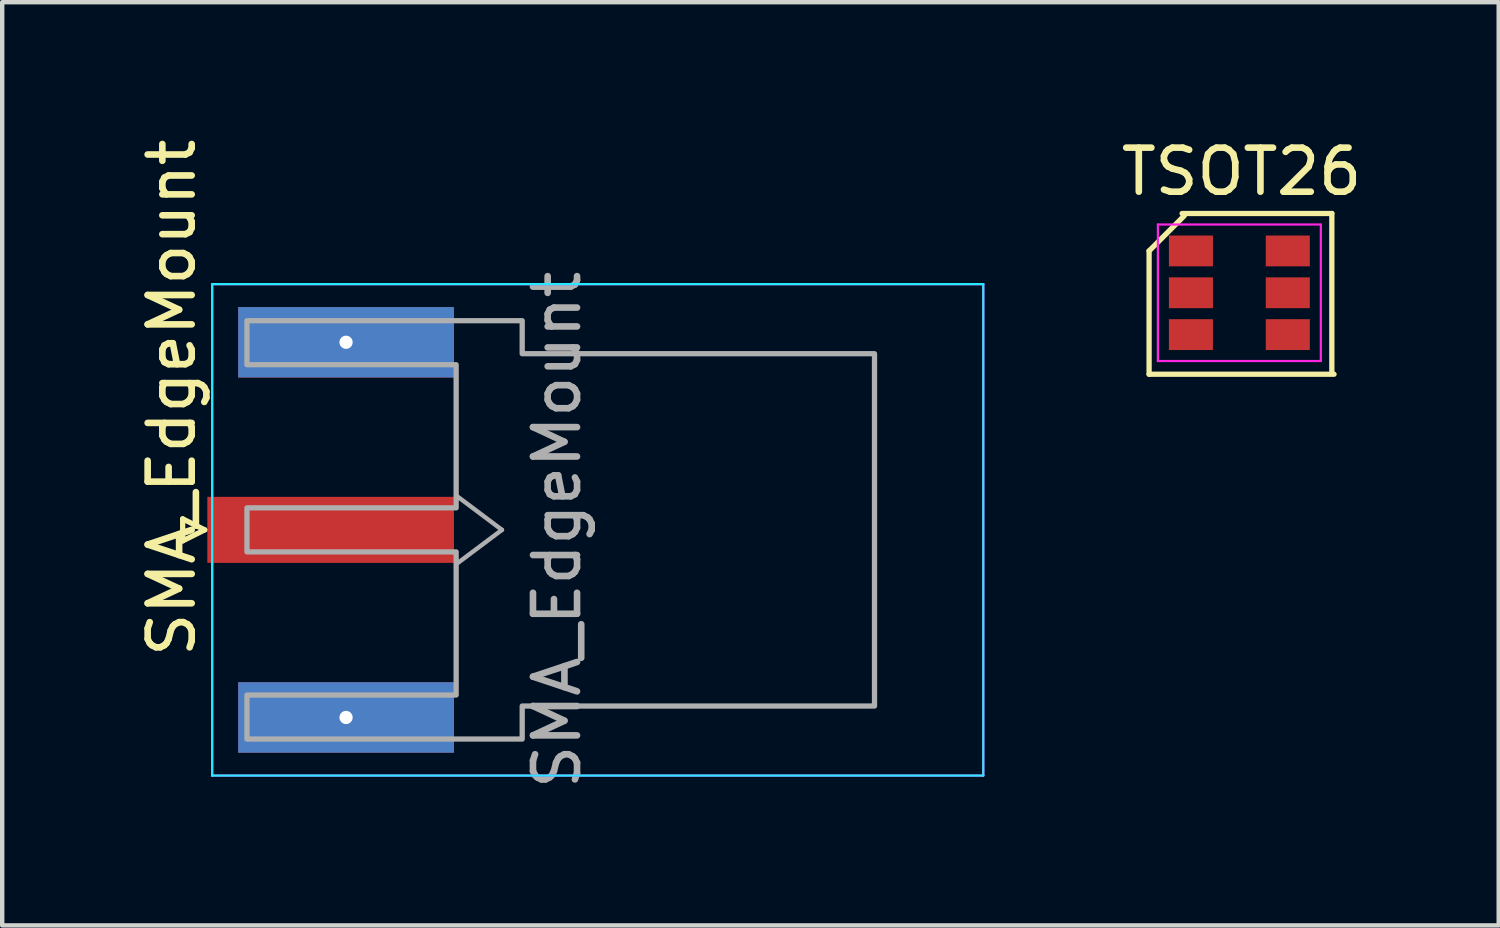
<source format=kicad_pcb>
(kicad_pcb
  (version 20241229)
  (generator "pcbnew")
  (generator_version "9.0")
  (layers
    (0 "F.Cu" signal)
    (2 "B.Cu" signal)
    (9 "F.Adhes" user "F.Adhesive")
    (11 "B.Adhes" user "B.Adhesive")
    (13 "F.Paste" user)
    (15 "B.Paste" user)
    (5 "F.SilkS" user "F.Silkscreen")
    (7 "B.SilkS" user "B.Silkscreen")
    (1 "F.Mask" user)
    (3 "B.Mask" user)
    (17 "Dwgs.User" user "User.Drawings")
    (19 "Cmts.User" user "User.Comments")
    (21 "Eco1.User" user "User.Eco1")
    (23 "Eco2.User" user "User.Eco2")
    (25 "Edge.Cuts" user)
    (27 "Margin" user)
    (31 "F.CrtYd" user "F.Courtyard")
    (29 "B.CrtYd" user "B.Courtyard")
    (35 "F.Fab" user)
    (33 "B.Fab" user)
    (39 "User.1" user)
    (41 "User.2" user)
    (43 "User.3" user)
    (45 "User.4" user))
  (footprint "SMA_EdgeMount"
    (layer "F.Cu")
    (at 4.808 8.982)
    (property "Reference" "SMA_EdgeMount" (at -3.96 -3 90) (layer "F.SilkS") (effects (font (size 1 1) (thickness 0.15))))
    (attr smd)
    (fp_line (start -3.71 -0.25) (end -3.71 0.25) (stroke (width 0.12) (type solid)) (layer "F.SilkS"))
    (fp_line (start -3.71 0.25) (end -3.21 0) (stroke (width 0.12) (type solid)) (layer "F.SilkS"))
    (fp_line (start -3.21 0) (end -3.71 -0.25) (stroke (width 0.12) (type solid)) (layer "F.SilkS"))
    (fp_line (start -3.04 5.58) (end -3.04 -5.58) (stroke (width 0.05) (type solid)) (layer "B.CrtYd"))
    (fp_line (start 14.47 -5.58) (end -3.04 -5.58) (stroke (width 0.05) (type solid)) (layer "B.CrtYd"))
    (fp_line (start 14.47 -5.58) (end 14.47 5.58) (stroke (width 0.05) (type solid)) (layer "B.CrtYd"))
    (fp_line (start 14.47 5.58) (end -3.04 5.58) (stroke (width 0.05) (type solid)) (layer "B.CrtYd"))
    (fp_line (start -3.04 5.58) (end -3.04 -5.58) (stroke (width 0.05) (type solid)) (layer "F.CrtYd"))
    (fp_line (start 14.47 -5.58) (end -3.04 -5.58) (stroke (width 0.05) (type solid)) (layer "F.CrtYd"))
    (fp_line (start 14.47 -5.58) (end 14.47 5.58) (stroke (width 0.05) (type solid)) (layer "F.CrtYd"))
    (fp_line (start 14.47 5.58) (end -3.04 5.58) (stroke (width 0.05) (type solid)) (layer "F.CrtYd"))
    (fp_line (start 2.54 -0.75) (end 3.54 0) (stroke (width 0.1) (type solid)) (layer "F.Fab"))
    (fp_line (start 3.54 0) (end 2.54 0.75) (stroke (width 0.1) (type solid)) (layer "F.Fab"))
    (fp_poly (pts (xy 4 -4) (xy 12 -4) (xy 12 4) (xy 4 4) (xy 4 4.75) (xy -2.25 4.75) (xy -2.25 3.75) (xy 2.5 3.75) (xy 2.5 0.5) (xy -2.25 0.5) (xy -2.25 -0.5) (xy 2.5 -0.5) (xy 2.5 -3.75) (xy -2.25 -3.75) (xy -2.25 -4.75) (xy 4 -4.75)) (stroke (width 0.12) (type solid)) (fill no) (layer "F.Fab"))
    (fp_text user "${REFERENCE}" (at 4.79 0 90) (layer "F.Fab") (effects (font (size 1 1) (thickness 0.15))))
    (pad "1" smd rect (at -0.35 0 90) (size 1.5 5.6) (layers "F.Cu" "F.Mask"))
    (pad "2" thru_hole rect (at 0 -4.26 90) (size 1.6 4.9) (drill 0.3) (layers "*.Cu" "*.Mask") (remove_unused_layers yes) (keep_end_layers yes) (zone_layer_connections))
    (pad "2" thru_hole rect (at 0 4.26 90) (size 1.6 4.9) (drill 0.3) (layers "*.Cu" "*.Mask") (remove_unused_layers yes) (keep_end_layers yes) (zone_layer_connections)))
  (footprint "TSOT26"
    (layer "F.Cu")
    (at 25.143 3.598)
    (property "Reference" "TSOT26" (at 0 -2.75 0) (layer "F.SilkS") (effects (font (size 1 1) (thickness 0.15))))
    (attr through_hole)
    (fp_line (start -2.1 -0.95) (end -1.3 -1.75) (stroke (width 0.12) (type solid)) (layer "F.SilkS"))
    (fp_line (start -2.1 1.85) (end -2.1 -0.95) (stroke (width 0.12) (type solid)) (layer "F.SilkS"))
    (fp_line (start -1.35 -1.8) (end 2.05 -1.8) (stroke (width 0.12) (type solid)) (layer "F.SilkS"))
    (fp_line (start 2.05 -1.8) (end 2.05 1.8) (stroke (width 0.12) (type solid)) (layer "F.SilkS"))
    (fp_line (start 2.1 1.85) (end -2.1 1.85) (stroke (width 0.12) (type solid)) (layer "F.SilkS"))
    (fp_line (start -1.9 -1.55) (end 1.8 -1.55) (stroke (width 0.05) (type solid)) (layer "F.CrtYd"))
    (fp_line (start -1.9 1.55) (end -1.9 -1.55) (stroke (width 0.05) (type solid)) (layer "F.CrtYd"))
    (fp_line (start 1.8 -1.55) (end 1.8 1.55) (stroke (width 0.05) (type solid)) (layer "F.CrtYd"))
    (fp_line (start 1.8 1.55) (end -1.9 1.55) (stroke (width 0.05) (type solid)) (layer "F.CrtYd"))
    (pad "1" smd rect (at -1.15 -0.95 270) (size 0.7 1) (layers "F.Cu" "F.Mask" "F.Paste"))
    (pad "2" smd rect (at -1.15 0 270) (size 0.7 1) (layers "F.Cu" "F.Mask" "F.Paste"))
    (pad "3" smd rect (at -1.15 0.95 270) (size 0.7 1) (layers "F.Cu" "F.Mask" "F.Paste"))
    (pad "4" smd rect (at 1.05 0.95 270) (size 0.7 1) (layers "F.Cu" "F.Mask" "F.Paste"))
    (pad "5" smd rect (at 1.05 0 270) (size 0.7 1) (layers "F.Cu" "F.Mask" "F.Paste"))
    (pad "6" smd rect (at 1.05 -0.95 270) (size 0.7 1) (layers "F.Cu" "F.Mask" "F.Paste")))
  (gr_rect
    (start -3 -3)
    (end 30.982 17.964)
    (stroke (width 0.1) (type default))
    (fill no)
    (layer "Edge.Cuts")))
</source>
